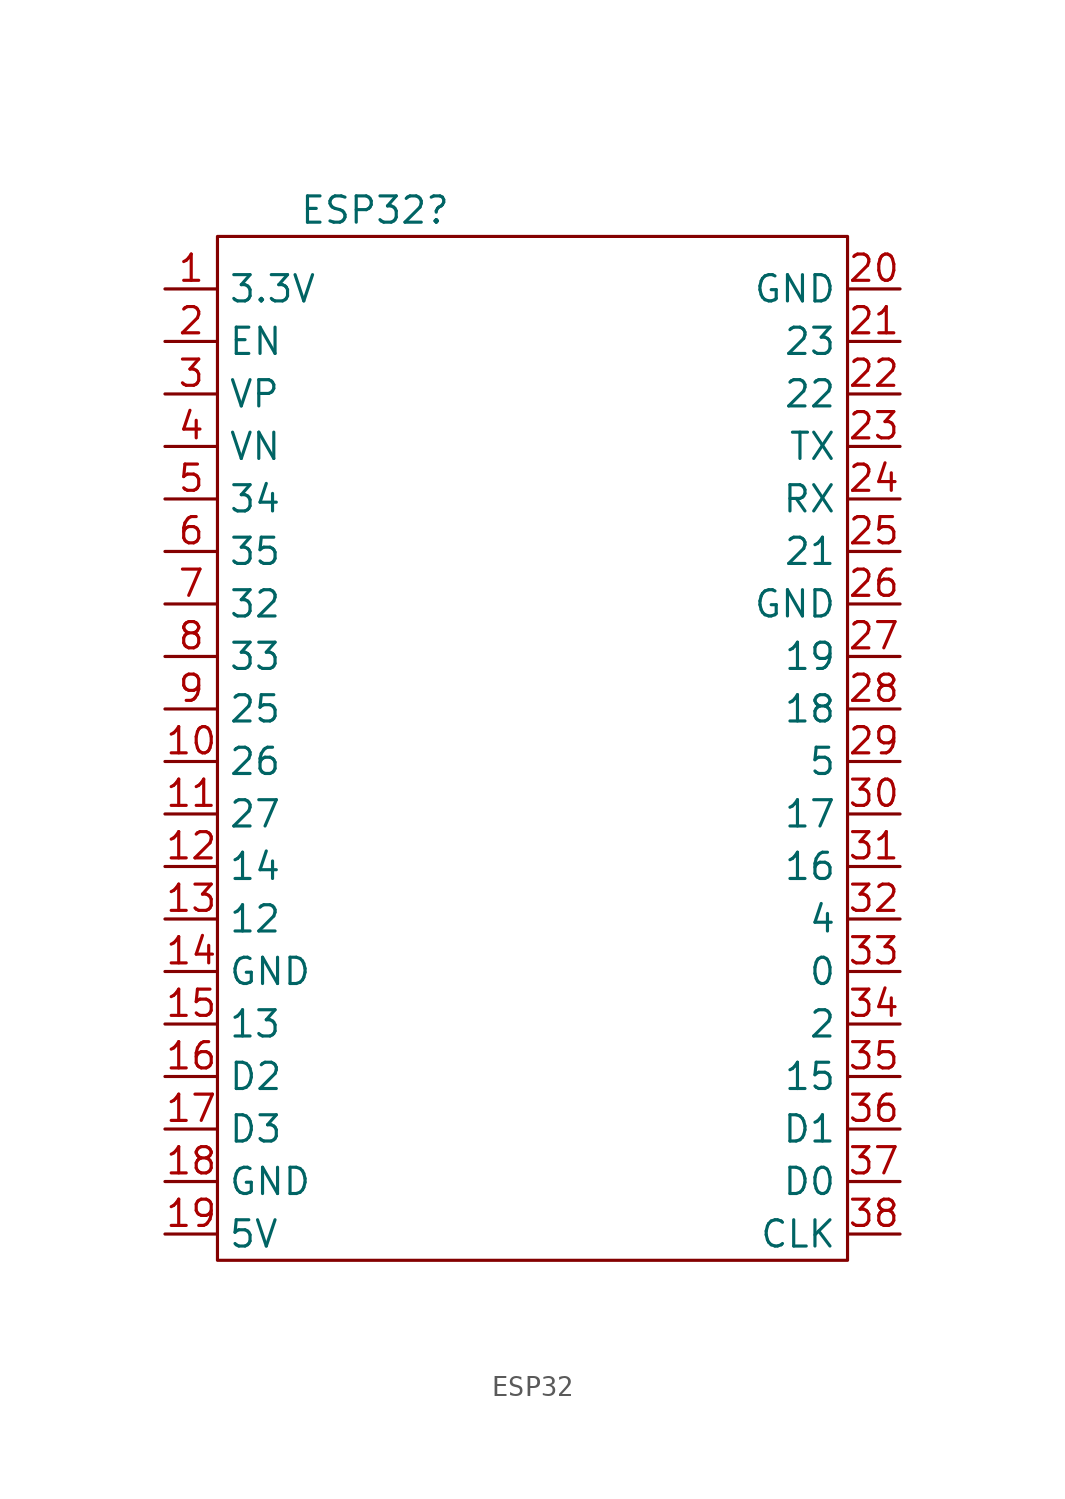
<source format=kicad_sym>
(kicad_symbol_lib
  (version 20220914)
  (generator kicad_symbol_editor)
  (symbol "ESP32"
    (property "Reference" "ESP32"
      (at 7.62 1.27 0)
      (effects (font (size 1.27 1.27))))
    (property "Value" ""
      (at 0 0 0)
      (effects (font (size 1.27 1.27))))
    (symbol "ESP32_0_1"
      (rectangle (start 0 0) (end 30.48 -49.53) (stroke (width 0) (type default)) (fill (type none))))
    (symbol "ESP32_1_1"
      (pin input line (at -2.54 -2.54 0) (length 2.54) (name "3.3V" (effects (font (size 1.27 1.27)))) (number "1" (effects (font (size 1.27 1.27)))))
      (pin input line (at -2.54 -25.4 0) (length 2.54) (name "26" (effects (font (size 1.27 1.27)))) (number "10" (effects (font (size 1.27 1.27)))))
      (pin input line (at -2.54 -27.94 0) (length 2.54) (name "27" (effects (font (size 1.27 1.27)))) (number "11" (effects (font (size 1.27 1.27)))))
      (pin input line (at -2.54 -30.48 0) (length 2.54) (name "14" (effects (font (size 1.27 1.27)))) (number "12" (effects (font (size 1.27 1.27)))))
      (pin input line (at -2.54 -33.02 0) (length 2.54) (name "12" (effects (font (size 1.27 1.27)))) (number "13" (effects (font (size 1.27 1.27)))))
      (pin input line (at -2.54 -35.56 0) (length 2.54) (name "GND" (effects (font (size 1.27 1.27)))) (number "14" (effects (font (size 1.27 1.27)))))
      (pin input line (at -2.54 -38.1 0) (length 2.54) (name "13" (effects (font (size 1.27 1.27)))) (number "15" (effects (font (size 1.27 1.27)))))
      (pin input line (at -2.54 -40.64 0) (length 2.54) (name "D2" (effects (font (size 1.27 1.27)))) (number "16" (effects (font (size 1.27 1.27)))))
      (pin input line (at -2.54 -43.18 0) (length 2.54) (name "D3" (effects (font (size 1.27 1.27)))) (number "17" (effects (font (size 1.27 1.27)))))
      (pin input line (at -2.54 -45.72 0) (length 2.54) (name "GND" (effects (font (size 1.27 1.27)))) (number "18" (effects (font (size 1.27 1.27)))))
      (pin input line (at -2.54 -48.26 0) (length 2.54) (name "5V" (effects (font (size 1.27 1.27)))) (number "19" (effects (font (size 1.27 1.27)))))
      (pin input line (at -2.54 -5.08 0) (length 2.54) (name "EN" (effects (font (size 1.27 1.27)))) (number "2" (effects (font (size 1.27 1.27)))))
      (pin input line (at 33.02 -2.54 180) (length 2.54) (name "GND" (effects (font (size 1.27 1.27)))) (number "20" (effects (font (size 1.27 1.27)))))
      (pin input line (at 33.02 -5.08 180) (length 2.54) (name "23" (effects (font (size 1.27 1.27)))) (number "21" (effects (font (size 1.27 1.27)))))
      (pin input line (at 33.02 -7.62 180) (length 2.54) (name "22" (effects (font (size 1.27 1.27)))) (number "22" (effects (font (size 1.27 1.27)))))
      (pin input line (at 33.02 -10.16 180) (length 2.54) (name "TX" (effects (font (size 1.27 1.27)))) (number "23" (effects (font (size 1.27 1.27)))))
      (pin input line (at 33.02 -12.7 180) (length 2.54) (name "RX" (effects (font (size 1.27 1.27)))) (number "24" (effects (font (size 1.27 1.27)))))
      (pin input line (at 33.02 -15.24 180) (length 2.54) (name "21" (effects (font (size 1.27 1.27)))) (number "25" (effects (font (size 1.27 1.27)))))
      (pin input line (at 33.02 -17.78 180) (length 2.54) (name "GND" (effects (font (size 1.27 1.27)))) (number "26" (effects (font (size 1.27 1.27)))))
      (pin input line (at 33.02 -20.32 180) (length 2.54) (name "19" (effects (font (size 1.27 1.27)))) (number "27" (effects (font (size 1.27 1.27)))))
      (pin input line (at 33.02 -22.86 180) (length 2.54) (name "18" (effects (font (size 1.27 1.27)))) (number "28" (effects (font (size 1.27 1.27)))))
      (pin input line (at 33.02 -25.4 180) (length 2.54) (name "5" (effects (font (size 1.27 1.27)))) (number "29" (effects (font (size 1.27 1.27)))))
      (pin input line (at -2.54 -7.62 0) (length 2.54) (name "VP" (effects (font (size 1.27 1.27)))) (number "3" (effects (font (size 1.27 1.27)))))
      (pin input line (at 33.02 -27.94 180) (length 2.54) (name "17" (effects (font (size 1.27 1.27)))) (number "30" (effects (font (size 1.27 1.27)))))
      (pin input line (at 33.02 -30.48 180) (length 2.54) (name "16" (effects (font (size 1.27 1.27)))) (number "31" (effects (font (size 1.27 1.27)))))
      (pin input line (at 33.02 -33.02 180) (length 2.54) (name "4" (effects (font (size 1.27 1.27)))) (number "32" (effects (font (size 1.27 1.27)))))
      (pin input line (at 33.02 -35.56 180) (length 2.54) (name "0" (effects (font (size 1.27 1.27)))) (number "33" (effects (font (size 1.27 1.27)))))
      (pin input line (at 33.02 -38.1 180) (length 2.54) (name "2" (effects (font (size 1.27 1.27)))) (number "34" (effects (font (size 1.27 1.27)))))
      (pin input line (at 33.02 -40.64 180) (length 2.54) (name "15" (effects (font (size 1.27 1.27)))) (number "35" (effects (font (size 1.27 1.27)))))
      (pin input line (at 33.02 -43.18 180) (length 2.54) (name "D1" (effects (font (size 1.27 1.27)))) (number "36" (effects (font (size 1.27 1.27)))))
      (pin input line (at 33.02 -45.72 180) (length 2.54) (name "D0" (effects (font (size 1.27 1.27)))) (number "37" (effects (font (size 1.27 1.27)))))
      (pin input line (at 33.02 -48.26 180) (length 2.54) (name "CLK" (effects (font (size 1.27 1.27)))) (number "38" (effects (font (size 1.27 1.27)))))
      (pin input line (at -2.54 -10.16 0) (length 2.54) (name "VN" (effects (font (size 1.27 1.27)))) (number "4" (effects (font (size 1.27 1.27)))))
      (pin input line (at -2.54 -12.7 0) (length 2.54) (name "34" (effects (font (size 1.27 1.27)))) (number "5" (effects (font (size 1.27 1.27)))))
      (pin input line (at -2.54 -15.24 0) (length 2.54) (name "35" (effects (font (size 1.27 1.27)))) (number "6" (effects (font (size 1.27 1.27)))))
      (pin input line (at -2.54 -17.78 0) (length 2.54) (name "32" (effects (font (size 1.27 1.27)))) (number "7" (effects (font (size 1.27 1.27)))))
      (pin input line (at -2.54 -20.32 0) (length 2.54) (name "33" (effects (font (size 1.27 1.27)))) (number "8" (effects (font (size 1.27 1.27)))))
      (pin input line (at -2.54 -22.86 0) (length 2.54) (name "25" (effects (font (size 1.27 1.27)))) (number "9" (effects (font (size 1.27 1.27))))))))
</source>
